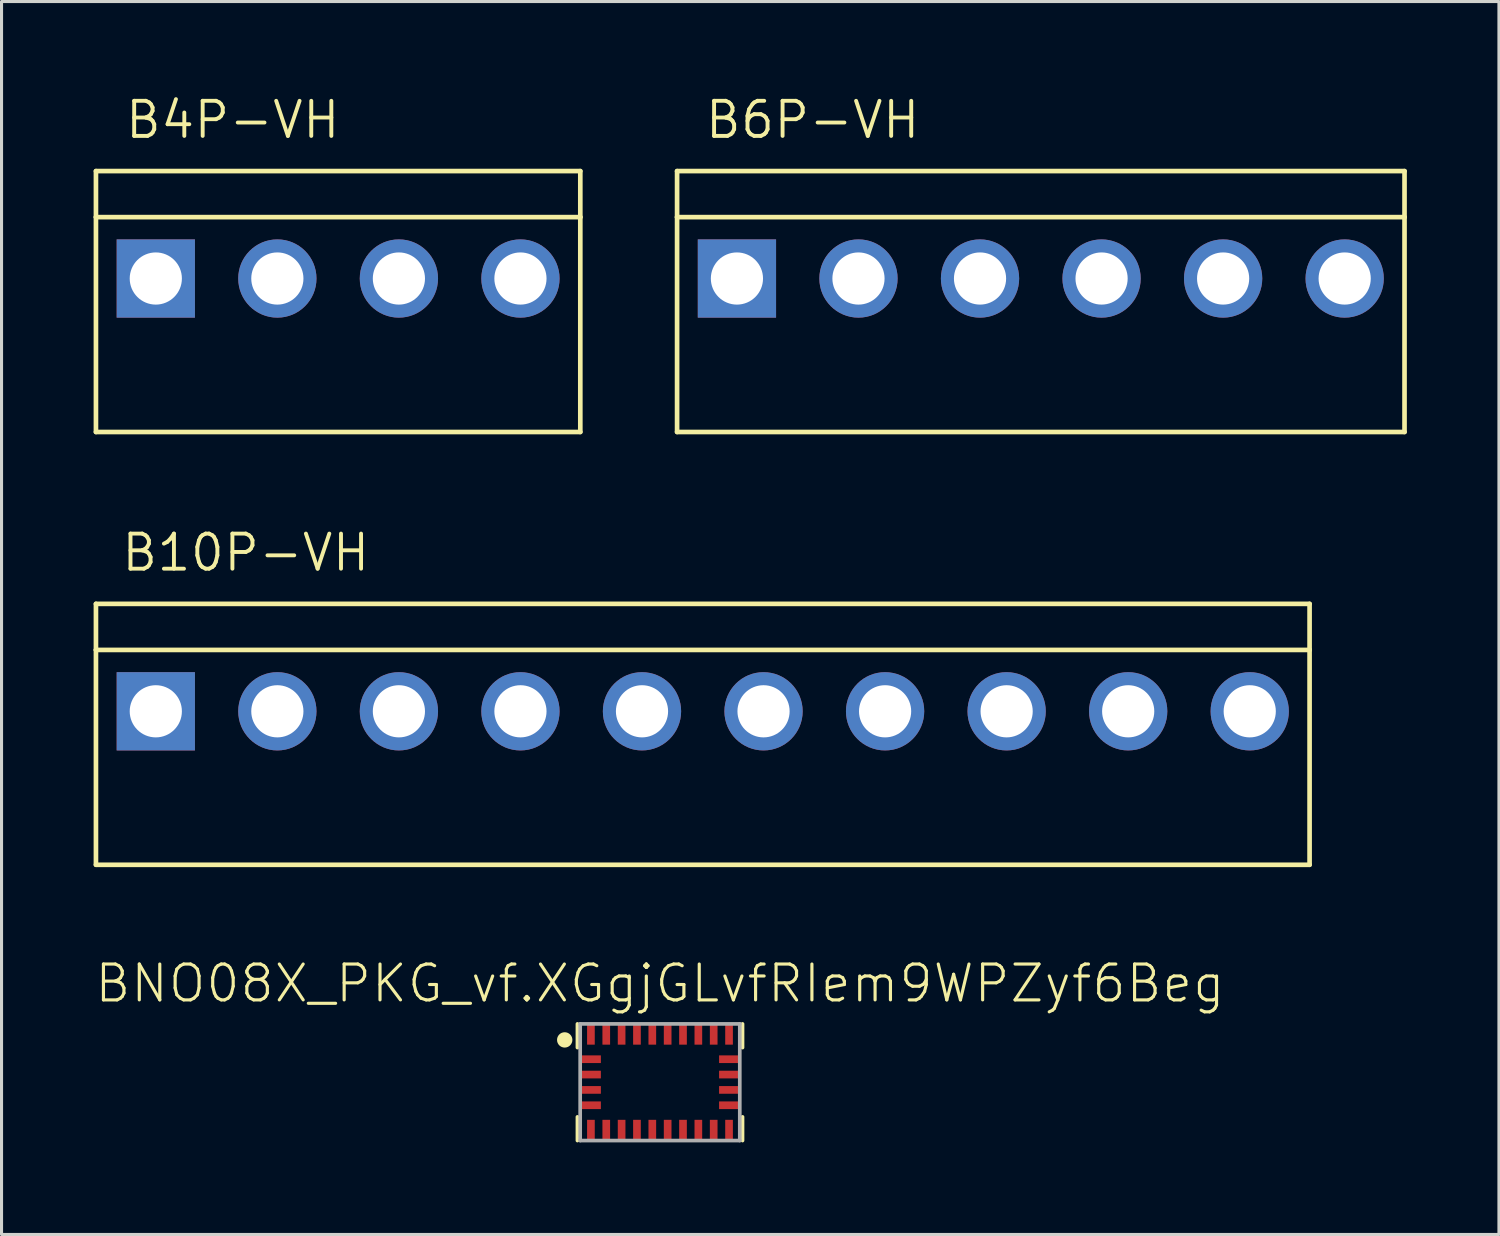
<source format=kicad_pcb>
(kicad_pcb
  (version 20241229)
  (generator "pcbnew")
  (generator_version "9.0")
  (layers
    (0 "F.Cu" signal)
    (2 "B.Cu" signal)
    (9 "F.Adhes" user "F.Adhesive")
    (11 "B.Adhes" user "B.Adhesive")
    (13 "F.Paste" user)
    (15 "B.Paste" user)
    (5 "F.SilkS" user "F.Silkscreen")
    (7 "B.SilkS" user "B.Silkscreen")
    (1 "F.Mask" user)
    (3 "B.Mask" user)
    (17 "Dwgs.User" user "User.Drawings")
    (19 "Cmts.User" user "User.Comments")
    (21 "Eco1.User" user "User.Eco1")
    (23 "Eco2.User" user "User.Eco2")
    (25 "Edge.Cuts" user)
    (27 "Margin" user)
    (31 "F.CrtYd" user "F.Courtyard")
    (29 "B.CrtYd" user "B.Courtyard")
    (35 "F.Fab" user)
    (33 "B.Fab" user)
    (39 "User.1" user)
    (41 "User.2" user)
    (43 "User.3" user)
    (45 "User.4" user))
  (footprint "B4P-VH"
    (layer "F.Cu")
    (at 7.966 6.024)
    (property "Reference" "B4P-VH" (at -7 -4.5 0) (unlocked yes) (layer "F.SilkS") (effects (font (size 1.143 1.143) (thickness 0.127)) (justify left bottom)))
    (fp_line (start -7.89 -3.5) (end -7.89 -2) (stroke (width 0.152) (type solid)) (layer "F.SilkS"))
    (fp_line (start -7.89 -3.5) (end 7.89 -3.5) (stroke (width 0.152) (type solid)) (layer "F.SilkS"))
    (fp_line (start -7.89 -2) (end -7.89 5) (stroke (width 0.152) (type solid)) (layer "F.SilkS"))
    (fp_line (start -7.89 -2) (end 7.89 -2) (stroke (width 0.152) (type solid)) (layer "F.SilkS"))
    (fp_line (start 7.89 -3.5) (end 7.89 -2) (stroke (width 0.152) (type solid)) (layer "F.SilkS"))
    (fp_line (start 7.89 -2) (end 7.89 5) (stroke (width 0.152) (type solid)) (layer "F.SilkS"))
    (fp_line (start 7.89 5) (end -7.89 5) (stroke (width 0.152) (type solid)) (layer "F.SilkS"))
    (pad "1" thru_hole rect (at -5.94 0 90) (size 2.55 2.55) (drill 1.7) (layers "*.Cu" "*.Mask"))
    (pad "2" thru_hole circle (at -1.98 0 90) (size 2.55 2.55) (drill 1.7) (layers "*.Cu" "*.Mask"))
    (pad "3" thru_hole circle (at 1.98 0 90) (size 2.55 2.55) (drill 1.7) (layers "*.Cu" "*.Mask"))
    (pad "4" thru_hole circle (at 5.94 0 90) (size 2.55 2.55) (drill 1.7) (layers "*.Cu" "*.Mask")))
  (footprint "BNO08X_PKG_vf.XGgjGLvfRIem9WPZyf6Beg"
    (layer "F.Cu")
    (at 18.452 32.209)
    (property "Reference" "BNO08X_PKG_vf.XGgjGLvfRIem9WPZyf6Beg" (at 0 -2.535 0) (unlocked yes) (layer "F.SilkS") (effects (font (size 1.168 1.168) (thickness 0.102)) (justify bottom)))
    (fp_line (start -2.689 -1.129) (end -2.689 -1.9) (stroke (width 0.12) (type solid)) (layer "F.SilkS"))
    (fp_line (start -2.689 1.129) (end -2.689 1.9) (stroke (width 0.12) (type solid)) (layer "F.SilkS"))
    (fp_line (start 2.689 -1.9) (end 2.689 -1.129) (stroke (width 0.12) (type solid)) (layer "F.SilkS"))
    (fp_line (start 2.689 1.9) (end 2.689 1.129) (stroke (width 0.12) (type solid)) (layer "F.SilkS"))
    (fp_circle (center -3.104 -1.379) (end -2.979 -1.379) (stroke (width 0.25) (type solid)) (fill yes) (layer "F.SilkS"))
    (fp_line (start -2.6 -1.9) (end 2.6 -1.9) (stroke (width 0.12) (type solid)) (layer "F.Fab"))
    (fp_line (start -2.6 1.9) (end -2.6 -1.9) (stroke (width 0.12) (type solid)) (layer "F.Fab"))
    (fp_line (start 2.6 -1.9) (end 2.6 1.9) (stroke (width 0.12) (type solid)) (layer "F.Fab"))
    (fp_line (start 2.6 1.9) (end -2.6 1.9) (stroke (width 0.12) (type solid)) (layer "F.Fab"))
    (pad "1" smd rect (at -2.263 -0.75) (size 0.675 0.25) (layers "F.Cu" "F.Mask" "F.Paste"))
    (pad "2" smd rect (at -2.263 -0.25) (size 0.675 0.25) (layers "F.Cu" "F.Mask" "F.Paste"))
    (pad "3" smd rect (at -2.263 0.25) (size 0.675 0.25) (layers "F.Cu" "F.Mask" "F.Paste"))
    (pad "4" smd rect (at -2.263 0.75) (size 0.675 0.25) (layers "F.Cu" "F.Mask" "F.Paste"))
    (pad "5" smd rect (at -2.25 1.562 90) (size 0.675 0.25) (layers "F.Cu" "F.Mask" "F.Paste"))
    (pad "6" smd rect (at -1.75 1.562 90) (size 0.675 0.25) (layers "F.Cu" "F.Mask" "F.Paste"))
    (pad "7" smd rect (at -1.25 1.562 90) (size 0.675 0.25) (layers "F.Cu" "F.Mask" "F.Paste"))
    (pad "8" smd rect (at -0.75 1.562 90) (size 0.675 0.25) (layers "F.Cu" "F.Mask" "F.Paste"))
    (pad "9" smd rect (at -0.25 1.562 90) (size 0.675 0.25) (layers "F.Cu" "F.Mask" "F.Paste"))
    (pad "10" smd rect (at 0.25 1.562 90) (size 0.675 0.25) (layers "F.Cu" "F.Mask" "F.Paste"))
    (pad "11" smd rect (at 0.75 1.562 90) (size 0.675 0.25) (layers "F.Cu" "F.Mask" "F.Paste"))
    (pad "12" smd rect (at 1.25 1.562 90) (size 0.675 0.25) (layers "F.Cu" "F.Mask" "F.Paste"))
    (pad "13" smd rect (at 1.75 1.562 90) (size 0.675 0.25) (layers "F.Cu" "F.Mask" "F.Paste"))
    (pad "14" smd rect (at 2.25 1.562 90) (size 0.675 0.25) (layers "F.Cu" "F.Mask" "F.Paste"))
    (pad "15" smd rect (at 2.263 0.75) (size 0.675 0.25) (layers "F.Cu" "F.Mask" "F.Paste"))
    (pad "16" smd rect (at 2.263 0.25) (size 0.675 0.25) (layers "F.Cu" "F.Mask" "F.Paste"))
    (pad "17" smd rect (at 2.263 -0.25) (size 0.675 0.25) (layers "F.Cu" "F.Mask" "F.Paste"))
    (pad "18" smd rect (at 2.263 -0.75) (size 0.675 0.25) (layers "F.Cu" "F.Mask" "F.Paste"))
    (pad "19" smd rect (at 2.25 -1.562 90) (size 0.675 0.25) (layers "F.Cu" "F.Mask" "F.Paste"))
    (pad "20" smd rect (at 1.75 -1.562 90) (size 0.675 0.25) (layers "F.Cu" "F.Mask" "F.Paste"))
    (pad "21" smd rect (at 1.25 -1.562 90) (size 0.675 0.25) (layers "F.Cu" "F.Mask" "F.Paste"))
    (pad "22" smd rect (at 0.75 -1.562 90) (size 0.675 0.25) (layers "F.Cu" "F.Mask" "F.Paste"))
    (pad "23" smd rect (at 0.25 -1.562 90) (size 0.675 0.25) (layers "F.Cu" "F.Mask" "F.Paste"))
    (pad "24" smd rect (at -0.25 -1.562 90) (size 0.675 0.25) (layers "F.Cu" "F.Mask" "F.Paste"))
    (pad "25" smd rect (at -0.75 -1.562 90) (size 0.675 0.25) (layers "F.Cu" "F.Mask" "F.Paste"))
    (pad "26" smd rect (at -1.25 -1.562 90) (size 0.675 0.25) (layers "F.Cu" "F.Mask" "F.Paste"))
    (pad "27" smd rect (at -1.75 -1.562 90) (size 0.675 0.25) (layers "F.Cu" "F.Mask" "F.Paste"))
    (pad "28" smd rect (at -2.25 -1.562 90) (size 0.675 0.25) (layers "F.Cu" "F.Mask" "F.Paste")))
  (footprint "B6P-VH"
    (layer "F.Cu")
    (at 30.859 6.024)
    (property "Reference" "B6P-VH" (at -11 -4.5 0) (unlocked yes) (layer "F.SilkS") (effects (font (size 1.143 1.143) (thickness 0.127)) (justify left bottom)))
    (fp_line (start -11.85 -3.5) (end -11.85 -2) (stroke (width 0.152) (type solid)) (layer "F.SilkS"))
    (fp_line (start -11.85 -3.5) (end 11.85 -3.5) (stroke (width 0.152) (type solid)) (layer "F.SilkS"))
    (fp_line (start -11.85 -2) (end -11.85 5) (stroke (width 0.152) (type solid)) (layer "F.SilkS"))
    (fp_line (start -11.85 -2) (end 11.85 -2) (stroke (width 0.152) (type solid)) (layer "F.SilkS"))
    (fp_line (start 11.85 -3.5) (end 11.85 -2) (stroke (width 0.152) (type solid)) (layer "F.SilkS"))
    (fp_line (start 11.85 -2) (end 11.85 5) (stroke (width 0.152) (type solid)) (layer "F.SilkS"))
    (fp_line (start 11.85 5) (end -11.85 5) (stroke (width 0.152) (type solid)) (layer "F.SilkS"))
    (pad "1" thru_hole rect (at -9.9 0 90) (size 2.55 2.55) (drill 1.7) (layers "*.Cu" "*.Mask"))
    (pad "2" thru_hole circle (at -5.94 0 90) (size 2.55 2.55) (drill 1.7) (layers "*.Cu" "*.Mask"))
    (pad "3" thru_hole circle (at -1.98 0 90) (size 2.55 2.55) (drill 1.7) (layers "*.Cu" "*.Mask"))
    (pad "4" thru_hole circle (at 1.98 0 90) (size 2.55 2.55) (drill 1.7) (layers "*.Cu" "*.Mask"))
    (pad "5" thru_hole circle (at 5.94 0 90) (size 2.55 2.55) (drill 1.7) (layers "*.Cu" "*.Mask"))
    (pad "6" thru_hole circle (at 9.9 0 90) (size 2.55 2.55) (drill 1.7) (layers "*.Cu" "*.Mask")))
  (footprint "B10P-VH"
    (layer "F.Cu")
    (at 19.846 20.124)
    (property "Reference" "B10P-VH" (at -19 -4.5 0) (unlocked yes) (layer "F.SilkS") (effects (font (size 1.143 1.143) (thickness 0.127)) (justify left bottom)))
    (fp_line (start -19.77 -3.5) (end -19.77 -2) (stroke (width 0.152) (type solid)) (layer "F.SilkS"))
    (fp_line (start -19.77 -3.5) (end 19.77 -3.5) (stroke (width 0.152) (type solid)) (layer "F.SilkS"))
    (fp_line (start -19.77 -2) (end -19.77 5) (stroke (width 0.152) (type solid)) (layer "F.SilkS"))
    (fp_line (start -19.77 -2) (end 19.77 -2) (stroke (width 0.152) (type solid)) (layer "F.SilkS"))
    (fp_line (start 19.77 -3.5) (end 19.77 -2) (stroke (width 0.152) (type solid)) (layer "F.SilkS"))
    (fp_line (start 19.77 -2) (end 19.77 5) (stroke (width 0.152) (type solid)) (layer "F.SilkS"))
    (fp_line (start 19.77 5) (end -19.77 5) (stroke (width 0.152) (type solid)) (layer "F.SilkS"))
    (pad "1" thru_hole rect (at -17.82 0 90) (size 2.55 2.55) (drill 1.7) (layers "*.Cu" "*.Mask"))
    (pad "2" thru_hole circle (at -13.86 0 90) (size 2.55 2.55) (drill 1.7) (layers "*.Cu" "*.Mask"))
    (pad "3" thru_hole circle (at -9.9 0 90) (size 2.55 2.55) (drill 1.7) (layers "*.Cu" "*.Mask"))
    (pad "4" thru_hole circle (at -5.94 0 90) (size 2.55 2.55) (drill 1.7) (layers "*.Cu" "*.Mask"))
    (pad "5" thru_hole circle (at -1.98 0 90) (size 2.55 2.55) (drill 1.7) (layers "*.Cu" "*.Mask"))
    (pad "6" thru_hole circle (at 1.98 0 90) (size 2.55 2.55) (drill 1.7) (layers "*.Cu" "*.Mask"))
    (pad "7" thru_hole circle (at 5.94 0 90) (size 2.55 2.55) (drill 1.7) (layers "*.Cu" "*.Mask"))
    (pad "8" thru_hole circle (at 9.9 0 90) (size 2.55 2.55) (drill 1.7) (layers "*.Cu" "*.Mask"))
    (pad "9" thru_hole circle (at 13.86 0 90) (size 2.55 2.55) (drill 1.7) (layers "*.Cu" "*.Mask"))
    (pad "10" thru_hole circle (at 17.82 0 90) (size 2.55 2.55) (drill 1.7) (layers "*.Cu" "*.Mask")))
  (gr_rect
    (start -3 -3)
    (end 45.785 37.169)
    (stroke (width 0.1) (type default))
    (fill no)
    (layer "Edge.Cuts")))
</source>
